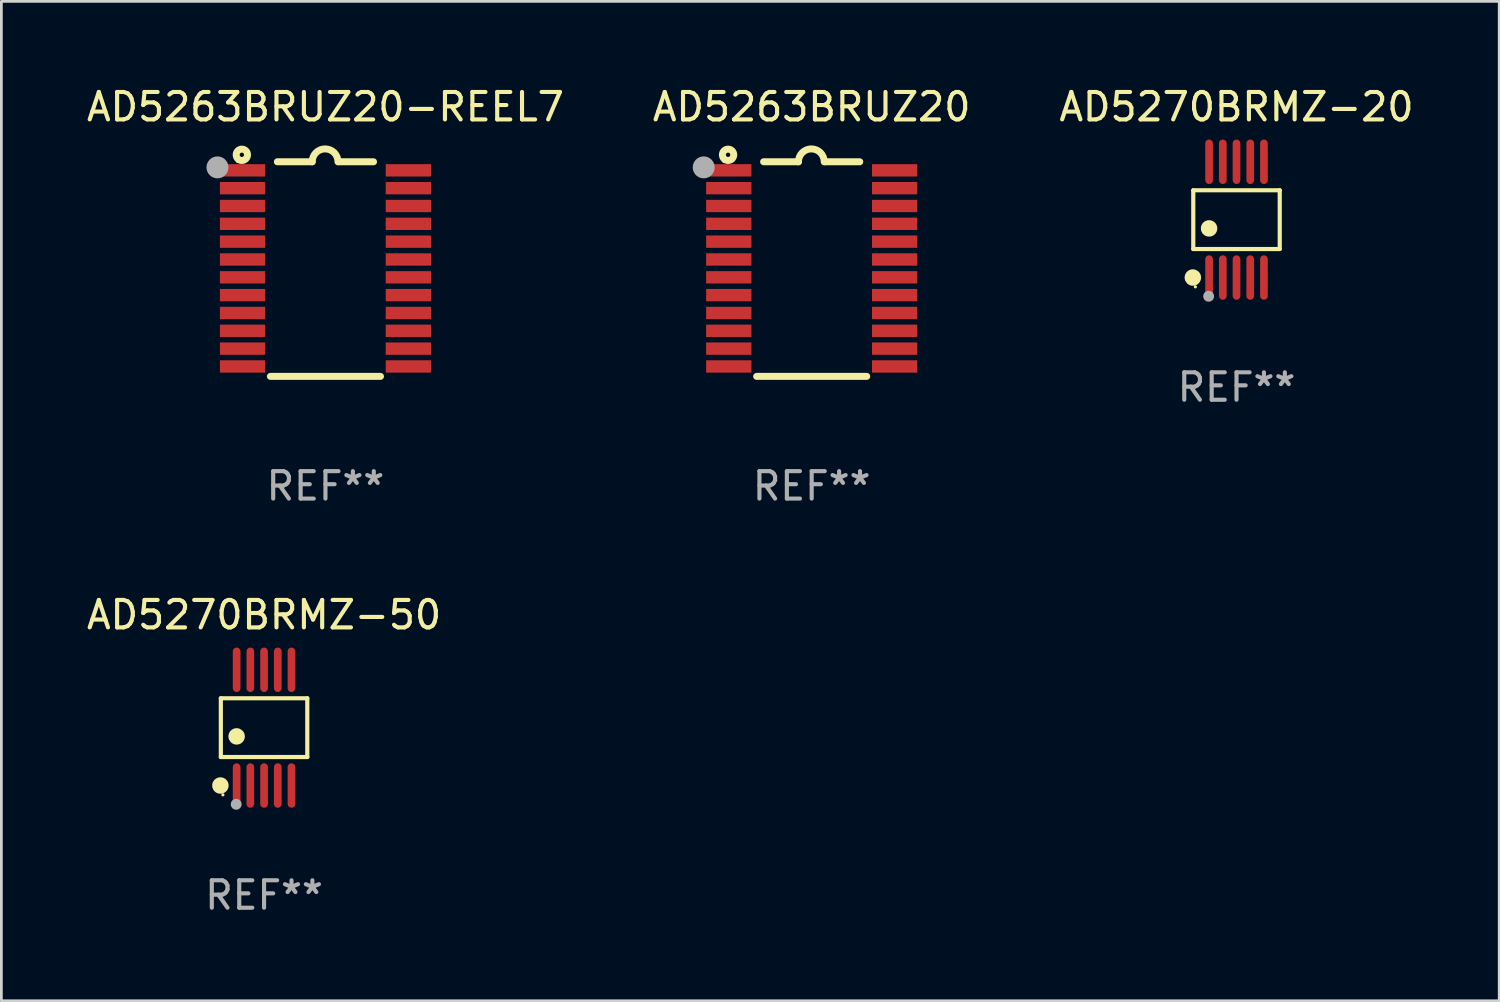
<source format=kicad_pcb>
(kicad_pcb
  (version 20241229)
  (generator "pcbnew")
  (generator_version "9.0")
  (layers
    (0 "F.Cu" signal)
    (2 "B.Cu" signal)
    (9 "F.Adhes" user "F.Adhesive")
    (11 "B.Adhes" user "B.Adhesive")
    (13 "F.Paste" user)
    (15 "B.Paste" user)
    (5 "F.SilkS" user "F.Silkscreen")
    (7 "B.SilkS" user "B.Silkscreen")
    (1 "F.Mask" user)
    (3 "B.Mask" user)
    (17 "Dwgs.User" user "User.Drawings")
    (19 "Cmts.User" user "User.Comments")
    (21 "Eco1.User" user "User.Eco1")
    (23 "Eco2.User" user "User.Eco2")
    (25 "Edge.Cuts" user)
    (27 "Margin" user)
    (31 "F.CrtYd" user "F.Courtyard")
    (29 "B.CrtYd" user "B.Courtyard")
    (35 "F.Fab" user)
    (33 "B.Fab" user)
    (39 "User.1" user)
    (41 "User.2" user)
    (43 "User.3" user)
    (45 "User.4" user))
  (footprint "AD5263BRUZ20-REEL7"
    (layer "F.Cu")
    (at 8.815 6.76)
    (property "Reference" "AD5263BRUZ20-REEL7" (at 0 -5.912 0) (layer "F.SilkS") (effects (font (size 1 1) (thickness 0.15))))
    (attr through_hole)
    (fp_line (start -1.753 -3.912) (end -0.483 -3.912) (stroke (width 0.254) (type solid)) (layer "F.SilkS"))
    (fp_line (start 0.483 -3.912) (end 1.753 -3.912) (stroke (width 0.254) (type solid)) (layer "F.SilkS"))
    (fp_line (start 2.007 3.912) (end -2.007 3.912) (stroke (width 0.254) (type solid)) (layer "F.SilkS"))
    (fp_arc (start -0.482626 -3.911608) (mid -0.012725 -4.381509) (end 0.457176 -3.911608) (stroke (width 0.254001) (type solid)) (layer "F.SilkS"))
    (fp_circle (center -3.2 -3.925) (end -3.17 -3.925) (stroke (width 0.06) (type solid)) (fill no) (layer "F.SilkS"))
    (fp_circle (center -3.048 -4.166) (end -2.968 -4.166) (stroke (width 0.254) (type solid)) (fill no) (layer "F.SilkS"))
    (fp_circle (center -3.937 -3.708) (end -3.737 -3.708) (stroke (width 0.4) (type solid)) (fill no) (layer "F.Fab"))
    (fp_text user "REF**" (at 0 7.912 0) (layer "F.Fab") (effects (font (size 1 1) (thickness 0.15))))
    (pad "1" smd rect (at -3.023 -3.6) (size 1.65 0.45) (layers "F.Cu" "F.Mask" "F.Paste"))
    (pad "2" smd rect (at -3.023 -2.95) (size 1.65 0.45) (layers "F.Cu" "F.Mask" "F.Paste"))
    (pad "3" smd rect (at -3.023 -2.3) (size 1.65 0.45) (layers "F.Cu" "F.Mask" "F.Paste"))
    (pad "4" smd rect (at -3.023 -1.65) (size 1.65 0.45) (layers "F.Cu" "F.Mask" "F.Paste"))
    (pad "5" smd rect (at -3.023 -1) (size 1.65 0.45) (layers "F.Cu" "F.Mask" "F.Paste"))
    (pad "6" smd rect (at -3.023 -0.35) (size 1.65 0.45) (layers "F.Cu" "F.Mask" "F.Paste"))
    (pad "7" smd rect (at -3.023 0.3) (size 1.65 0.45) (layers "F.Cu" "F.Mask" "F.Paste"))
    (pad "8" smd rect (at -3.023 0.95) (size 1.65 0.45) (layers "F.Cu" "F.Mask" "F.Paste"))
    (pad "9" smd rect (at -3.023 1.6) (size 1.65 0.45) (layers "F.Cu" "F.Mask" "F.Paste"))
    (pad "10" smd rect (at -3.023 2.25) (size 1.65 0.45) (layers "F.Cu" "F.Mask" "F.Paste"))
    (pad "11" smd rect (at -3.023 2.9) (size 1.65 0.45) (layers "F.Cu" "F.Mask" "F.Paste"))
    (pad "12" smd rect (at -3.023 3.55) (size 1.65 0.45) (layers "F.Cu" "F.Mask" "F.Paste"))
    (pad "13" smd rect (at 3.023 3.55) (size 1.65 0.45) (layers "F.Cu" "F.Mask" "F.Paste"))
    (pad "14" smd rect (at 3.023 2.9) (size 1.65 0.45) (layers "F.Cu" "F.Mask" "F.Paste"))
    (pad "15" smd rect (at 3.023 2.25) (size 1.65 0.45) (layers "F.Cu" "F.Mask" "F.Paste"))
    (pad "16" smd rect (at 3.023 1.6) (size 1.65 0.45) (layers "F.Cu" "F.Mask" "F.Paste"))
    (pad "17" smd rect (at 3.023 0.95) (size 1.65 0.45) (layers "F.Cu" "F.Mask" "F.Paste"))
    (pad "18" smd rect (at 3.023 0.3) (size 1.65 0.45) (layers "F.Cu" "F.Mask" "F.Paste"))
    (pad "19" smd rect (at 3.023 -0.35) (size 1.65 0.45) (layers "F.Cu" "F.Mask" "F.Paste"))
    (pad "20" smd rect (at 3.023 -1) (size 1.65 0.45) (layers "F.Cu" "F.Mask" "F.Paste"))
    (pad "21" smd rect (at 3.023 -1.65) (size 1.65 0.45) (layers "F.Cu" "F.Mask" "F.Paste"))
    (pad "22" smd rect (at 3.023 -2.3) (size 1.65 0.45) (layers "F.Cu" "F.Mask" "F.Paste"))
    (pad "23" smd rect (at 3.023 -2.95) (size 1.65 0.45) (layers "F.Cu" "F.Mask" "F.Paste"))
    (pad "24" smd rect (at 3.023 -3.6) (size 1.65 0.45) (layers "F.Cu" "F.Mask" "F.Paste")))
  (footprint "AD5270BRMZ-50"
    (layer "F.Cu")
    (at 6.577 23.478)
    (property "Reference" "AD5270BRMZ-50" (at 0 -4.11 0) (layer "F.SilkS") (effects (font (size 1 1) (thickness 0.15))))
    (attr through_hole)
    (fp_line (start -1.576 -1.071) (end 1.576 -1.071) (stroke (width 0.152) (type solid)) (layer "F.SilkS"))
    (fp_line (start -1.576 1.071) (end -1.576 -1.071) (stroke (width 0.152) (type solid)) (layer "F.SilkS"))
    (fp_line (start 1.576 -1.071) (end 1.576 1.071) (stroke (width 0.152) (type solid)) (layer "F.SilkS"))
    (fp_line (start 1.576 1.071) (end -1.576 1.071) (stroke (width 0.152) (type solid)) (layer "F.SilkS"))
    (fp_circle (center -1.592 2.11) (end -1.442 2.11) (stroke (width 0.3) (type solid)) (fill no) (layer "F.SilkS"))
    (fp_circle (center -1.5 2.45) (end -1.47 2.45) (stroke (width 0.06) (type solid)) (fill no) (layer "F.SilkS"))
    (fp_circle (center -1 0.319) (end -0.85 0.319) (stroke (width 0.3) (type solid)) (fill no) (layer "F.SilkS"))
    (fp_circle (center -1.016 2.794) (end -0.916 2.794) (stroke (width 0.2) (type solid)) (fill no) (layer "F.Fab"))
    (fp_text user "REF**" (at 0 6.11 0) (layer "F.Fab") (effects (font (size 1 1) (thickness 0.15))))
    (pad "1" smd oval (at -1 2.11) (size 0.28 1.62) (layers "F.Cu" "F.Mask" "F.Paste"))
    (pad "2" smd oval (at -0.5 2.11) (size 0.28 1.62) (layers "F.Cu" "F.Mask" "F.Paste"))
    (pad "3" smd oval (at 0 2.11) (size 0.28 1.62) (layers "F.Cu" "F.Mask" "F.Paste"))
    (pad "4" smd oval (at 0.5 2.11) (size 0.28 1.62) (layers "F.Cu" "F.Mask" "F.Paste"))
    (pad "5" smd oval (at 1 2.11) (size 0.28 1.62) (layers "F.Cu" "F.Mask" "F.Paste"))
    (pad "6" smd oval (at 1 -2.11) (size 0.28 1.62) (layers "F.Cu" "F.Mask" "F.Paste"))
    (pad "7" smd oval (at 0.5 -2.11) (size 0.28 1.62) (layers "F.Cu" "F.Mask" "F.Paste"))
    (pad "8" smd oval (at 0 -2.11) (size 0.28 1.62) (layers "F.Cu" "F.Mask" "F.Paste"))
    (pad "9" smd oval (at -0.5 -2.11) (size 0.28 1.62) (layers "F.Cu" "F.Mask" "F.Paste"))
    (pad "10" smd oval (at -1 -2.11) (size 0.28 1.62) (layers "F.Cu" "F.Mask" "F.Paste")))
  (footprint "AD5263BRUZ20"
    (layer "F.Cu")
    (at 26.542 6.76)
    (property "Reference" "AD5263BRUZ20" (at 0 -5.912 0) (layer "F.SilkS") (effects (font (size 1 1) (thickness 0.15))))
    (attr through_hole)
    (fp_line (start -1.753 -3.912) (end -0.483 -3.912) (stroke (width 0.254) (type solid)) (layer "F.SilkS"))
    (fp_line (start 0.483 -3.912) (end 1.753 -3.912) (stroke (width 0.254) (type solid)) (layer "F.SilkS"))
    (fp_line (start 2.007 3.912) (end -2.007 3.912) (stroke (width 0.254) (type solid)) (layer "F.SilkS"))
    (fp_arc (start -0.482626 -3.911608) (mid -0.012725 -4.381509) (end 0.457176 -3.911608) (stroke (width 0.254001) (type solid)) (layer "F.SilkS"))
    (fp_circle (center -3.2 -3.925) (end -3.17 -3.925) (stroke (width 0.06) (type solid)) (fill no) (layer "F.SilkS"))
    (fp_circle (center -3.048 -4.166) (end -2.968 -4.166) (stroke (width 0.254) (type solid)) (fill no) (layer "F.SilkS"))
    (fp_circle (center -3.937 -3.708) (end -3.737 -3.708) (stroke (width 0.4) (type solid)) (fill no) (layer "F.Fab"))
    (fp_text user "REF**" (at 0 7.912 0) (layer "F.Fab") (effects (font (size 1 1) (thickness 0.15))))
    (pad "1" smd rect (at -3.023 -3.6) (size 1.65 0.45) (layers "F.Cu" "F.Mask" "F.Paste"))
    (pad "2" smd rect (at -3.023 -2.95) (size 1.65 0.45) (layers "F.Cu" "F.Mask" "F.Paste"))
    (pad "3" smd rect (at -3.023 -2.3) (size 1.65 0.45) (layers "F.Cu" "F.Mask" "F.Paste"))
    (pad "4" smd rect (at -3.023 -1.65) (size 1.65 0.45) (layers "F.Cu" "F.Mask" "F.Paste"))
    (pad "5" smd rect (at -3.023 -1) (size 1.65 0.45) (layers "F.Cu" "F.Mask" "F.Paste"))
    (pad "6" smd rect (at -3.023 -0.35) (size 1.65 0.45) (layers "F.Cu" "F.Mask" "F.Paste"))
    (pad "7" smd rect (at -3.023 0.3) (size 1.65 0.45) (layers "F.Cu" "F.Mask" "F.Paste"))
    (pad "8" smd rect (at -3.023 0.95) (size 1.65 0.45) (layers "F.Cu" "F.Mask" "F.Paste"))
    (pad "9" smd rect (at -3.023 1.6) (size 1.65 0.45) (layers "F.Cu" "F.Mask" "F.Paste"))
    (pad "10" smd rect (at -3.023 2.25) (size 1.65 0.45) (layers "F.Cu" "F.Mask" "F.Paste"))
    (pad "11" smd rect (at -3.023 2.9) (size 1.65 0.45) (layers "F.Cu" "F.Mask" "F.Paste"))
    (pad "12" smd rect (at -3.023 3.55) (size 1.65 0.45) (layers "F.Cu" "F.Mask" "F.Paste"))
    (pad "13" smd rect (at 3.023 3.55) (size 1.65 0.45) (layers "F.Cu" "F.Mask" "F.Paste"))
    (pad "14" smd rect (at 3.023 2.9) (size 1.65 0.45) (layers "F.Cu" "F.Mask" "F.Paste"))
    (pad "15" smd rect (at 3.023 2.25) (size 1.65 0.45) (layers "F.Cu" "F.Mask" "F.Paste"))
    (pad "16" smd rect (at 3.023 1.6) (size 1.65 0.45) (layers "F.Cu" "F.Mask" "F.Paste"))
    (pad "17" smd rect (at 3.023 0.95) (size 1.65 0.45) (layers "F.Cu" "F.Mask" "F.Paste"))
    (pad "18" smd rect (at 3.023 0.3) (size 1.65 0.45) (layers "F.Cu" "F.Mask" "F.Paste"))
    (pad "19" smd rect (at 3.023 -0.35) (size 1.65 0.45) (layers "F.Cu" "F.Mask" "F.Paste"))
    (pad "20" smd rect (at 3.023 -1) (size 1.65 0.45) (layers "F.Cu" "F.Mask" "F.Paste"))
    (pad "21" smd rect (at 3.023 -1.65) (size 1.65 0.45) (layers "F.Cu" "F.Mask" "F.Paste"))
    (pad "22" smd rect (at 3.023 -2.3) (size 1.65 0.45) (layers "F.Cu" "F.Mask" "F.Paste"))
    (pad "23" smd rect (at 3.023 -2.95) (size 1.65 0.45) (layers "F.Cu" "F.Mask" "F.Paste"))
    (pad "24" smd rect (at 3.023 -3.6) (size 1.65 0.45) (layers "F.Cu" "F.Mask" "F.Paste")))
  (footprint "AD5270BRMZ-20"
    (layer "F.Cu")
    (at 42.03 4.958)
    (property "Reference" "AD5270BRMZ-20" (at 0 -4.11 0) (layer "F.SilkS") (effects (font (size 1 1) (thickness 0.15))))
    (attr through_hole)
    (fp_line (start -1.576 -1.071) (end 1.576 -1.071) (stroke (width 0.152) (type solid)) (layer "F.SilkS"))
    (fp_line (start -1.576 1.071) (end -1.576 -1.071) (stroke (width 0.152) (type solid)) (layer "F.SilkS"))
    (fp_line (start 1.576 -1.071) (end 1.576 1.071) (stroke (width 0.152) (type solid)) (layer "F.SilkS"))
    (fp_line (start 1.576 1.071) (end -1.576 1.071) (stroke (width 0.152) (type solid)) (layer "F.SilkS"))
    (fp_circle (center -1.592 2.11) (end -1.442 2.11) (stroke (width 0.3) (type solid)) (fill no) (layer "F.SilkS"))
    (fp_circle (center -1.5 2.45) (end -1.47 2.45) (stroke (width 0.06) (type solid)) (fill no) (layer "F.SilkS"))
    (fp_circle (center -1 0.319) (end -0.85 0.319) (stroke (width 0.3) (type solid)) (fill no) (layer "F.SilkS"))
    (fp_circle (center -1.016 2.794) (end -0.916 2.794) (stroke (width 0.2) (type solid)) (fill no) (layer "F.Fab"))
    (fp_text user "REF**" (at 0 6.11 0) (layer "F.Fab") (effects (font (size 1 1) (thickness 0.15))))
    (pad "1" smd oval (at -1 2.11) (size 0.28 1.62) (layers "F.Cu" "F.Mask" "F.Paste"))
    (pad "2" smd oval (at -0.5 2.11) (size 0.28 1.62) (layers "F.Cu" "F.Mask" "F.Paste"))
    (pad "3" smd oval (at 0 2.11) (size 0.28 1.62) (layers "F.Cu" "F.Mask" "F.Paste"))
    (pad "4" smd oval (at 0.5 2.11) (size 0.28 1.62) (layers "F.Cu" "F.Mask" "F.Paste"))
    (pad "5" smd oval (at 1 2.11) (size 0.28 1.62) (layers "F.Cu" "F.Mask" "F.Paste"))
    (pad "6" smd oval (at 1 -2.11) (size 0.28 1.62) (layers "F.Cu" "F.Mask" "F.Paste"))
    (pad "7" smd oval (at 0.5 -2.11) (size 0.28 1.62) (layers "F.Cu" "F.Mask" "F.Paste"))
    (pad "8" smd oval (at 0 -2.11) (size 0.28 1.62) (layers "F.Cu" "F.Mask" "F.Paste"))
    (pad "9" smd oval (at -0.5 -2.11) (size 0.28 1.62) (layers "F.Cu" "F.Mask" "F.Paste"))
    (pad "10" smd oval (at -1 -2.11) (size 0.28 1.62) (layers "F.Cu" "F.Mask" "F.Paste")))
  (gr_rect
    (start -3 -3)
    (end 51.607 33.436)
    (stroke (width 0.1) (type default))
    (fill no)
    (layer "Edge.Cuts")))
</source>
